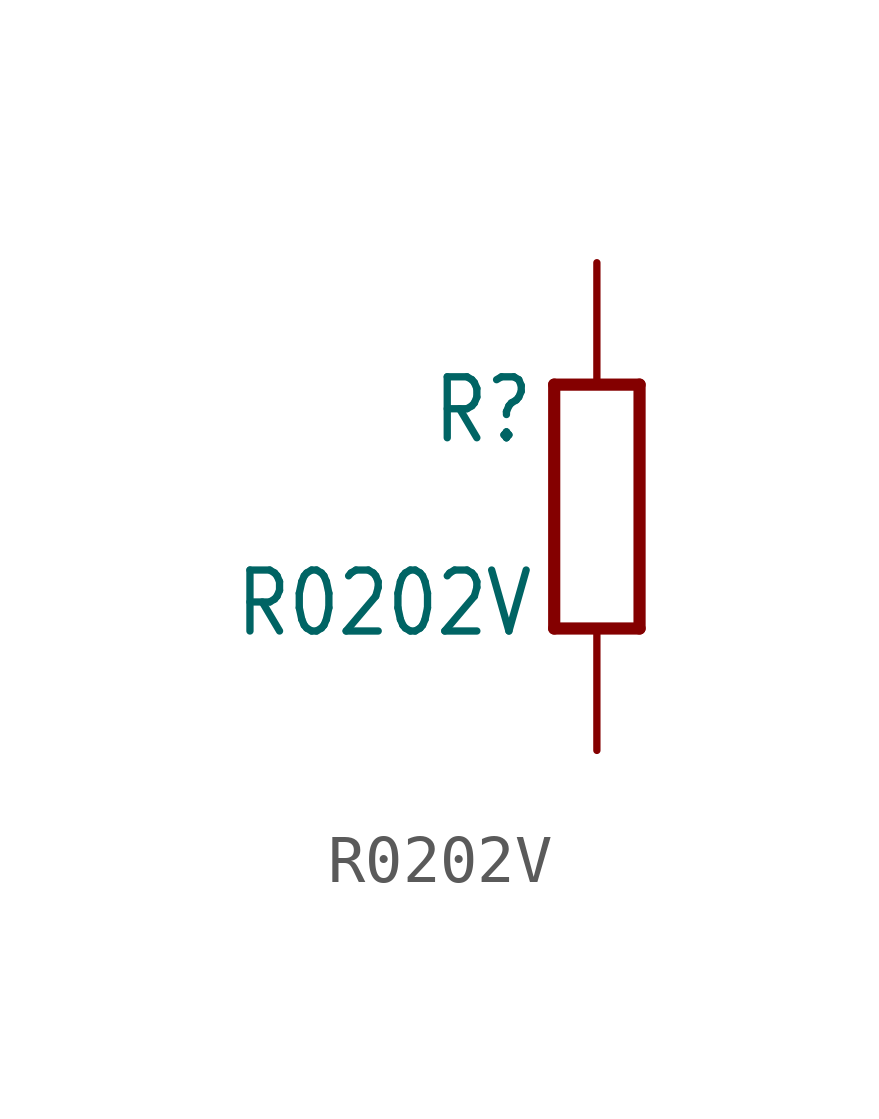
<source format=kicad_sym>
(kicad_symbol_lib
  (version 20201005)
  (generator kicad_symbol_editor)
  (symbol "R0202V"
    (property "Reference" "R"
      (at -1.27 1.27 0)
      (effects (font (size 1.27 1.079)) (justify right bottom)))
    (property "Value" "R0202V"
      (at -1.27 -1.27 0)
      (effects (font (size 1.27 1.079)) (justify right top)))
    (property "ki_locked" ""
      (at 0 0 0)
      (effects (font (size 1.27 1.27))))
    (symbol "R0202V_1_0"
      (polyline (pts (xy -0.889 2.54) (xy -0.889 -2.54)) (stroke (width 0.254)) (fill (type none)))
      (polyline (pts (xy 0.889 -2.54) (xy -0.889 -2.54)) (stroke (width 0.254)) (fill (type none)))
      (polyline (pts (xy 0.889 -2.54) (xy 0.889 2.54)) (stroke (width 0.254)) (fill (type none)))
      (polyline (pts (xy 0.889 2.54) (xy -0.889 2.54)) (stroke (width 0.254)) (fill (type none)))
      (pin passive line (at 0 5.08 270) (length 2.54) (name "2" (effects (font (size 0 0)))) (number "1" (effects (font (size 0 0)))))
      (pin passive line (at 0 -5.08 90) (length 2.54) (name "1" (effects (font (size 0 0)))) (number "2" (effects (font (size 0 0))))))))
</source>
